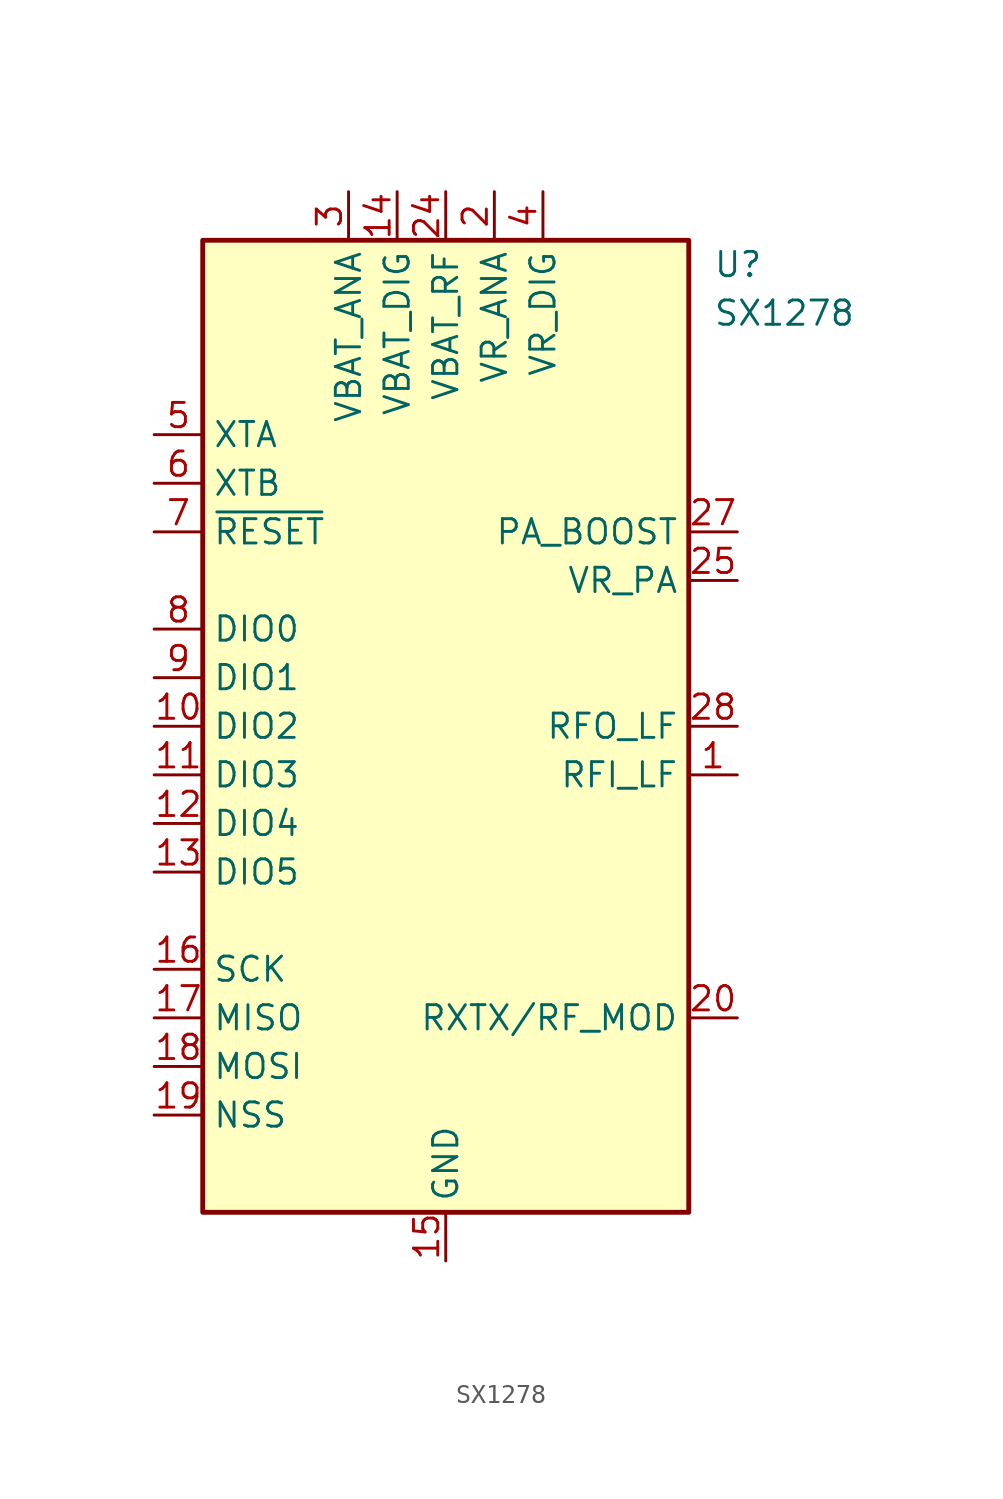
<source format=kicad_sym>
(kicad_symbol_lib
  (version 20241209)
  (generator "kicad_symbol_editor")
  (generator_version "9.0")
  (symbol "SX1278"
    (property "Reference" "U"
      (at 13.97 24.13 0)
      (effects (font (size 1.27 1.27)) (justify left)))
    (property "Value" "SX1278"
      (at 13.97 21.59 0)
      (effects (font (size 1.27 1.27)) (justify left)))
    (symbol "SX1278_0_1"
      (rectangle (start -12.7 25.4) (end 12.7 -25.4) (stroke (width 0.254) (type default)) (fill (type background))))
    (symbol "SX1278_1_1"
      (pin bidirectional line (at -15.24 15.24 0) (length 2.54) (name "XTA" (effects (font (size 1.27 1.27)))) (number "5" (effects (font (size 1.27 1.27)))))
      (pin bidirectional line (at -15.24 12.7 0) (length 2.54) (name "XTB" (effects (font (size 1.27 1.27)))) (number "6" (effects (font (size 1.27 1.27)))))
      (pin input line (at -15.24 10.16 0) (length 2.54) (name "~{RESET}" (effects (font (size 1.27 1.27)))) (number "7" (effects (font (size 1.27 1.27)))))
      (pin bidirectional line (at -15.24 5.08 0) (length 2.54) (name "DIO0" (effects (font (size 1.27 1.27)))) (number "8" (effects (font (size 1.27 1.27)))))
      (pin bidirectional line (at -15.24 2.54 0) (length 2.54) (name "DIO1" (effects (font (size 1.27 1.27)))) (number "9" (effects (font (size 1.27 1.27)))))
      (pin bidirectional line (at -15.24 0 0) (length 2.54) (name "DIO2" (effects (font (size 1.27 1.27)))) (number "10" (effects (font (size 1.27 1.27)))))
      (pin bidirectional line (at -15.24 -2.54 0) (length 2.54) (name "DIO3" (effects (font (size 1.27 1.27)))) (number "11" (effects (font (size 1.27 1.27)))))
      (pin bidirectional line (at -15.24 -5.08 0) (length 2.54) (name "DIO4" (effects (font (size 1.27 1.27)))) (number "12" (effects (font (size 1.27 1.27)))))
      (pin bidirectional line (at -15.24 -7.62 0) (length 2.54) (name "DIO5" (effects (font (size 1.27 1.27)))) (number "13" (effects (font (size 1.27 1.27)))))
      (pin input line (at -15.24 -12.7 0) (length 2.54) (name "SCK" (effects (font (size 1.27 1.27)))) (number "16" (effects (font (size 1.27 1.27)))))
      (pin output line (at -15.24 -15.24 0) (length 2.54) (name "MISO" (effects (font (size 1.27 1.27)))) (number "17" (effects (font (size 1.27 1.27)))))
      (pin input line (at -15.24 -17.78 0) (length 2.54) (name "MOSI" (effects (font (size 1.27 1.27)))) (number "18" (effects (font (size 1.27 1.27)))))
      (pin input line (at -15.24 -20.32 0) (length 2.54) (name "NSS" (effects (font (size 1.27 1.27)))) (number "19" (effects (font (size 1.27 1.27)))))
      (pin power_in line (at -5.08 27.94 270) (length 2.54) (name "VBAT_ANA" (effects (font (size 1.27 1.27)))) (number "3" (effects (font (size 1.27 1.27)))))
      (pin power_in line (at -2.54 27.94 270) (length 2.54) (name "VBAT_DIG" (effects (font (size 1.27 1.27)))) (number "14" (effects (font (size 1.27 1.27)))))
      (pin power_in line (at 0 27.94 270) (length 2.54) (name "VBAT_RF" (effects (font (size 1.27 1.27)))) (number "24" (effects (font (size 1.27 1.27)))))
      (pin power_in line (at 0 -27.94 90) (length 2.54) (name "GND" (effects (font (size 1.27 1.27)))) (number "15" (effects (font (size 1.27 1.27)))))
      (pin passive line (at 0 -27.94 90) (length 2.54) (hide yes) (name "GND" (effects (font (size 1.27 1.27)))) (number "21" (effects (font (size 1.27 1.27)))))
      (pin passive line (at 0 -27.94 90) (length 2.54) (hide yes) (name "GND" (effects (font (size 1.27 1.27)))) (number "22" (effects (font (size 1.27 1.27)))))
      (pin passive line (at 0 -27.94 90) (length 2.54) (hide yes) (name "GND" (effects (font (size 1.27 1.27)))) (number "23" (effects (font (size 1.27 1.27)))))
      (pin passive line (at 0 -27.94 90) (length 2.54) (hide yes) (name "GND" (effects (font (size 1.27 1.27)))) (number "26" (effects (font (size 1.27 1.27)))))
      (pin passive line (at 0 -27.94 90) (length 2.54) (hide yes) (name "GND" (effects (font (size 1.27 1.27)))) (number "29" (effects (font (size 1.27 1.27)))))
      (pin power_in line (at 2.54 27.94 270) (length 2.54) (name "VR_ANA" (effects (font (size 1.27 1.27)))) (number "2" (effects (font (size 1.27 1.27)))))
      (pin power_in line (at 5.08 27.94 270) (length 2.54) (name "VR_DIG" (effects (font (size 1.27 1.27)))) (number "4" (effects (font (size 1.27 1.27)))))
      (pin power_out line (at 15.24 10.16 180) (length 2.54) (name "PA_BOOST" (effects (font (size 1.27 1.27)))) (number "27" (effects (font (size 1.27 1.27)))))
      (pin power_out line (at 15.24 7.62 180) (length 2.54) (name "VR_PA" (effects (font (size 1.27 1.27)))) (number "25" (effects (font (size 1.27 1.27)))))
      (pin output line (at 15.24 0 180) (length 2.54) (name "RFO_LF" (effects (font (size 1.27 1.27)))) (number "28" (effects (font (size 1.27 1.27)))))
      (pin input line (at 15.24 -2.54 180) (length 2.54) (name "RFI_LF" (effects (font (size 1.27 1.27)))) (number "1" (effects (font (size 1.27 1.27)))))
      (pin output line (at 15.24 -15.24 180) (length 2.54) (name "RXTX/RF_MOD" (effects (font (size 1.27 1.27)))) (number "20" (effects (font (size 1.27 1.27))))))))
</source>
